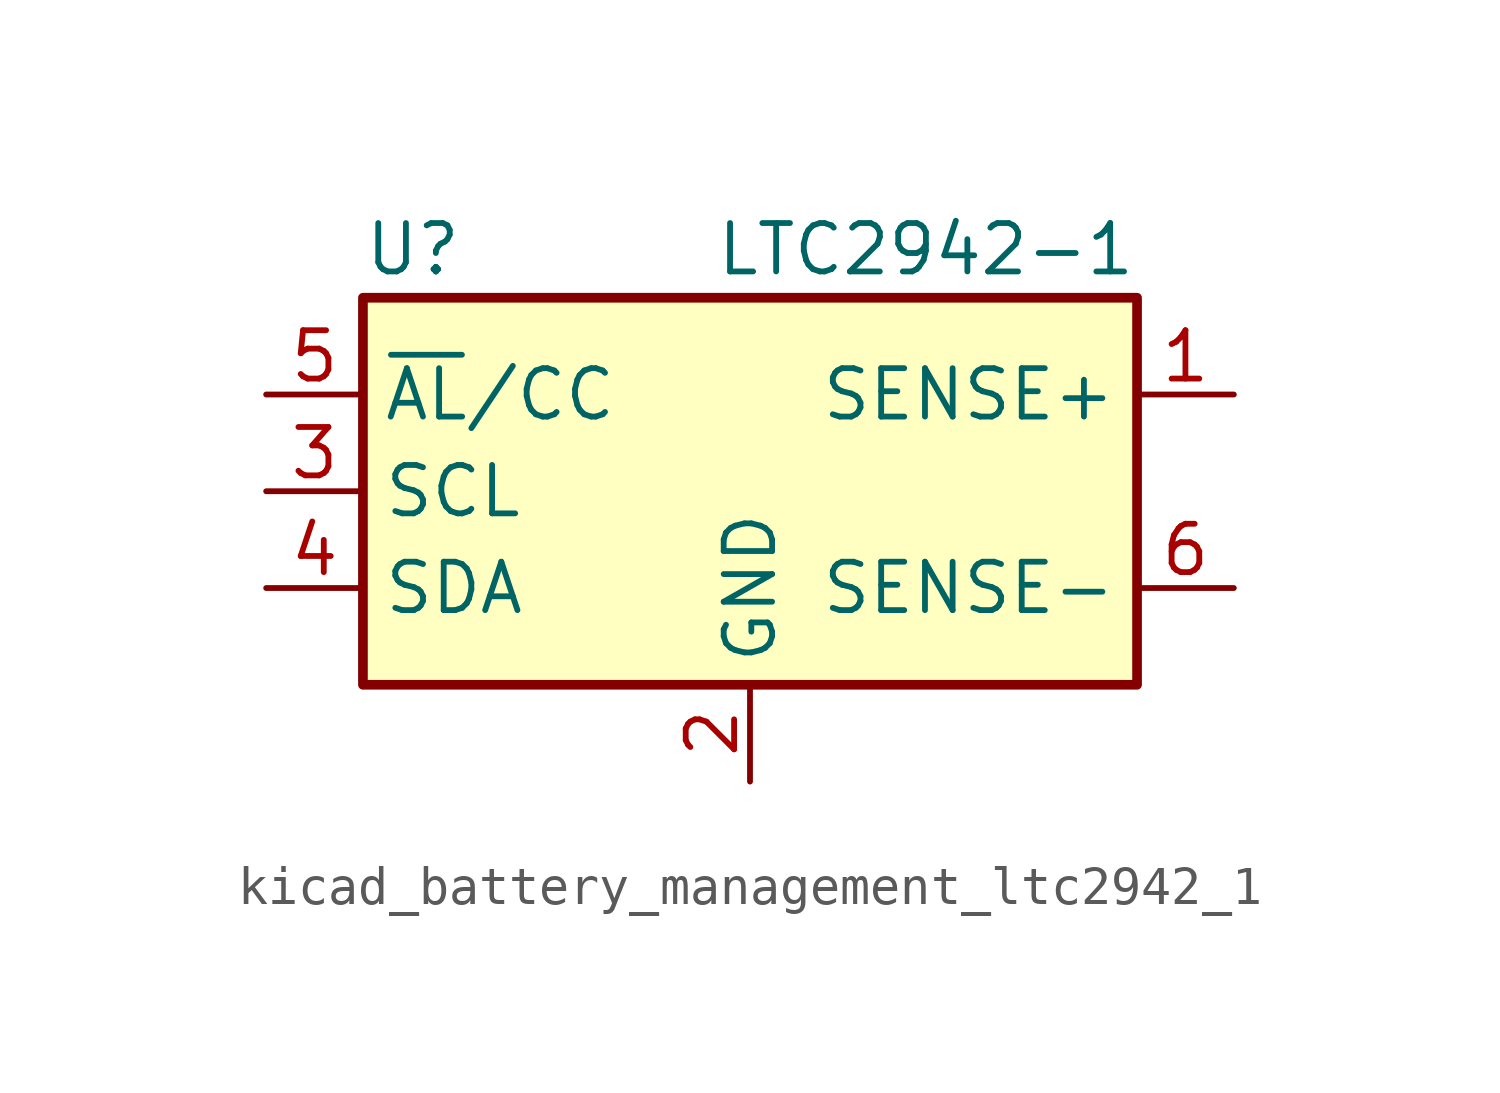
<source format=kicad_sym>
(kicad_symbol_lib
  (version 20220914)
  (generator kicad_symbol_editor)
  (symbol "kicad_battery_management_ltc2942_1"
    (property "Reference" "U"
      (at -10.16 6.35 0)
      (effects (font (size 1.27 1.27)) (justify left)))
    (property "Value" "LTC2942-1"
      (at 10.16 6.35 0)
      (effects (font (size 1.27 1.27)) (justify right)))
    (symbol "kicad_battery_management_ltc2942_1_0_1"
      (rectangle (start -10.16 5.08) (end 10.16 -5.08) (stroke (width 0.254) (type default)) (fill (type background))))
    (symbol "kicad_battery_management_ltc2942_1_1_1"
      (pin passive line (at 12.7 2.54 180) (length 2.54) (name "SENSE+" (effects (font (size 1.27 1.27)))) (number "1" (effects (font (size 1.27 1.27)))))
      (pin power_in line (at 0 -7.62 90) (length 2.54) (name "GND" (effects (font (size 1.27 1.27)))) (number "2" (effects (font (size 1.27 1.27)))))
      (pin input line (at -12.7 0 0) (length 2.54) (name "SCL" (effects (font (size 1.27 1.27)))) (number "3" (effects (font (size 1.27 1.27)))))
      (pin bidirectional line (at -12.7 -2.54 0) (length 2.54) (name "SDA" (effects (font (size 1.27 1.27)))) (number "4" (effects (font (size 1.27 1.27)))))
      (pin bidirectional line (at -12.7 2.54 0) (length 2.54) (name "~{AL}/CC" (effects (font (size 1.27 1.27)))) (number "5" (effects (font (size 1.27 1.27)))))
      (pin passive line (at 12.7 -2.54 180) (length 2.54) (name "SENSE-" (effects (font (size 1.27 1.27)))) (number "6" (effects (font (size 1.27 1.27))))))))
</source>
